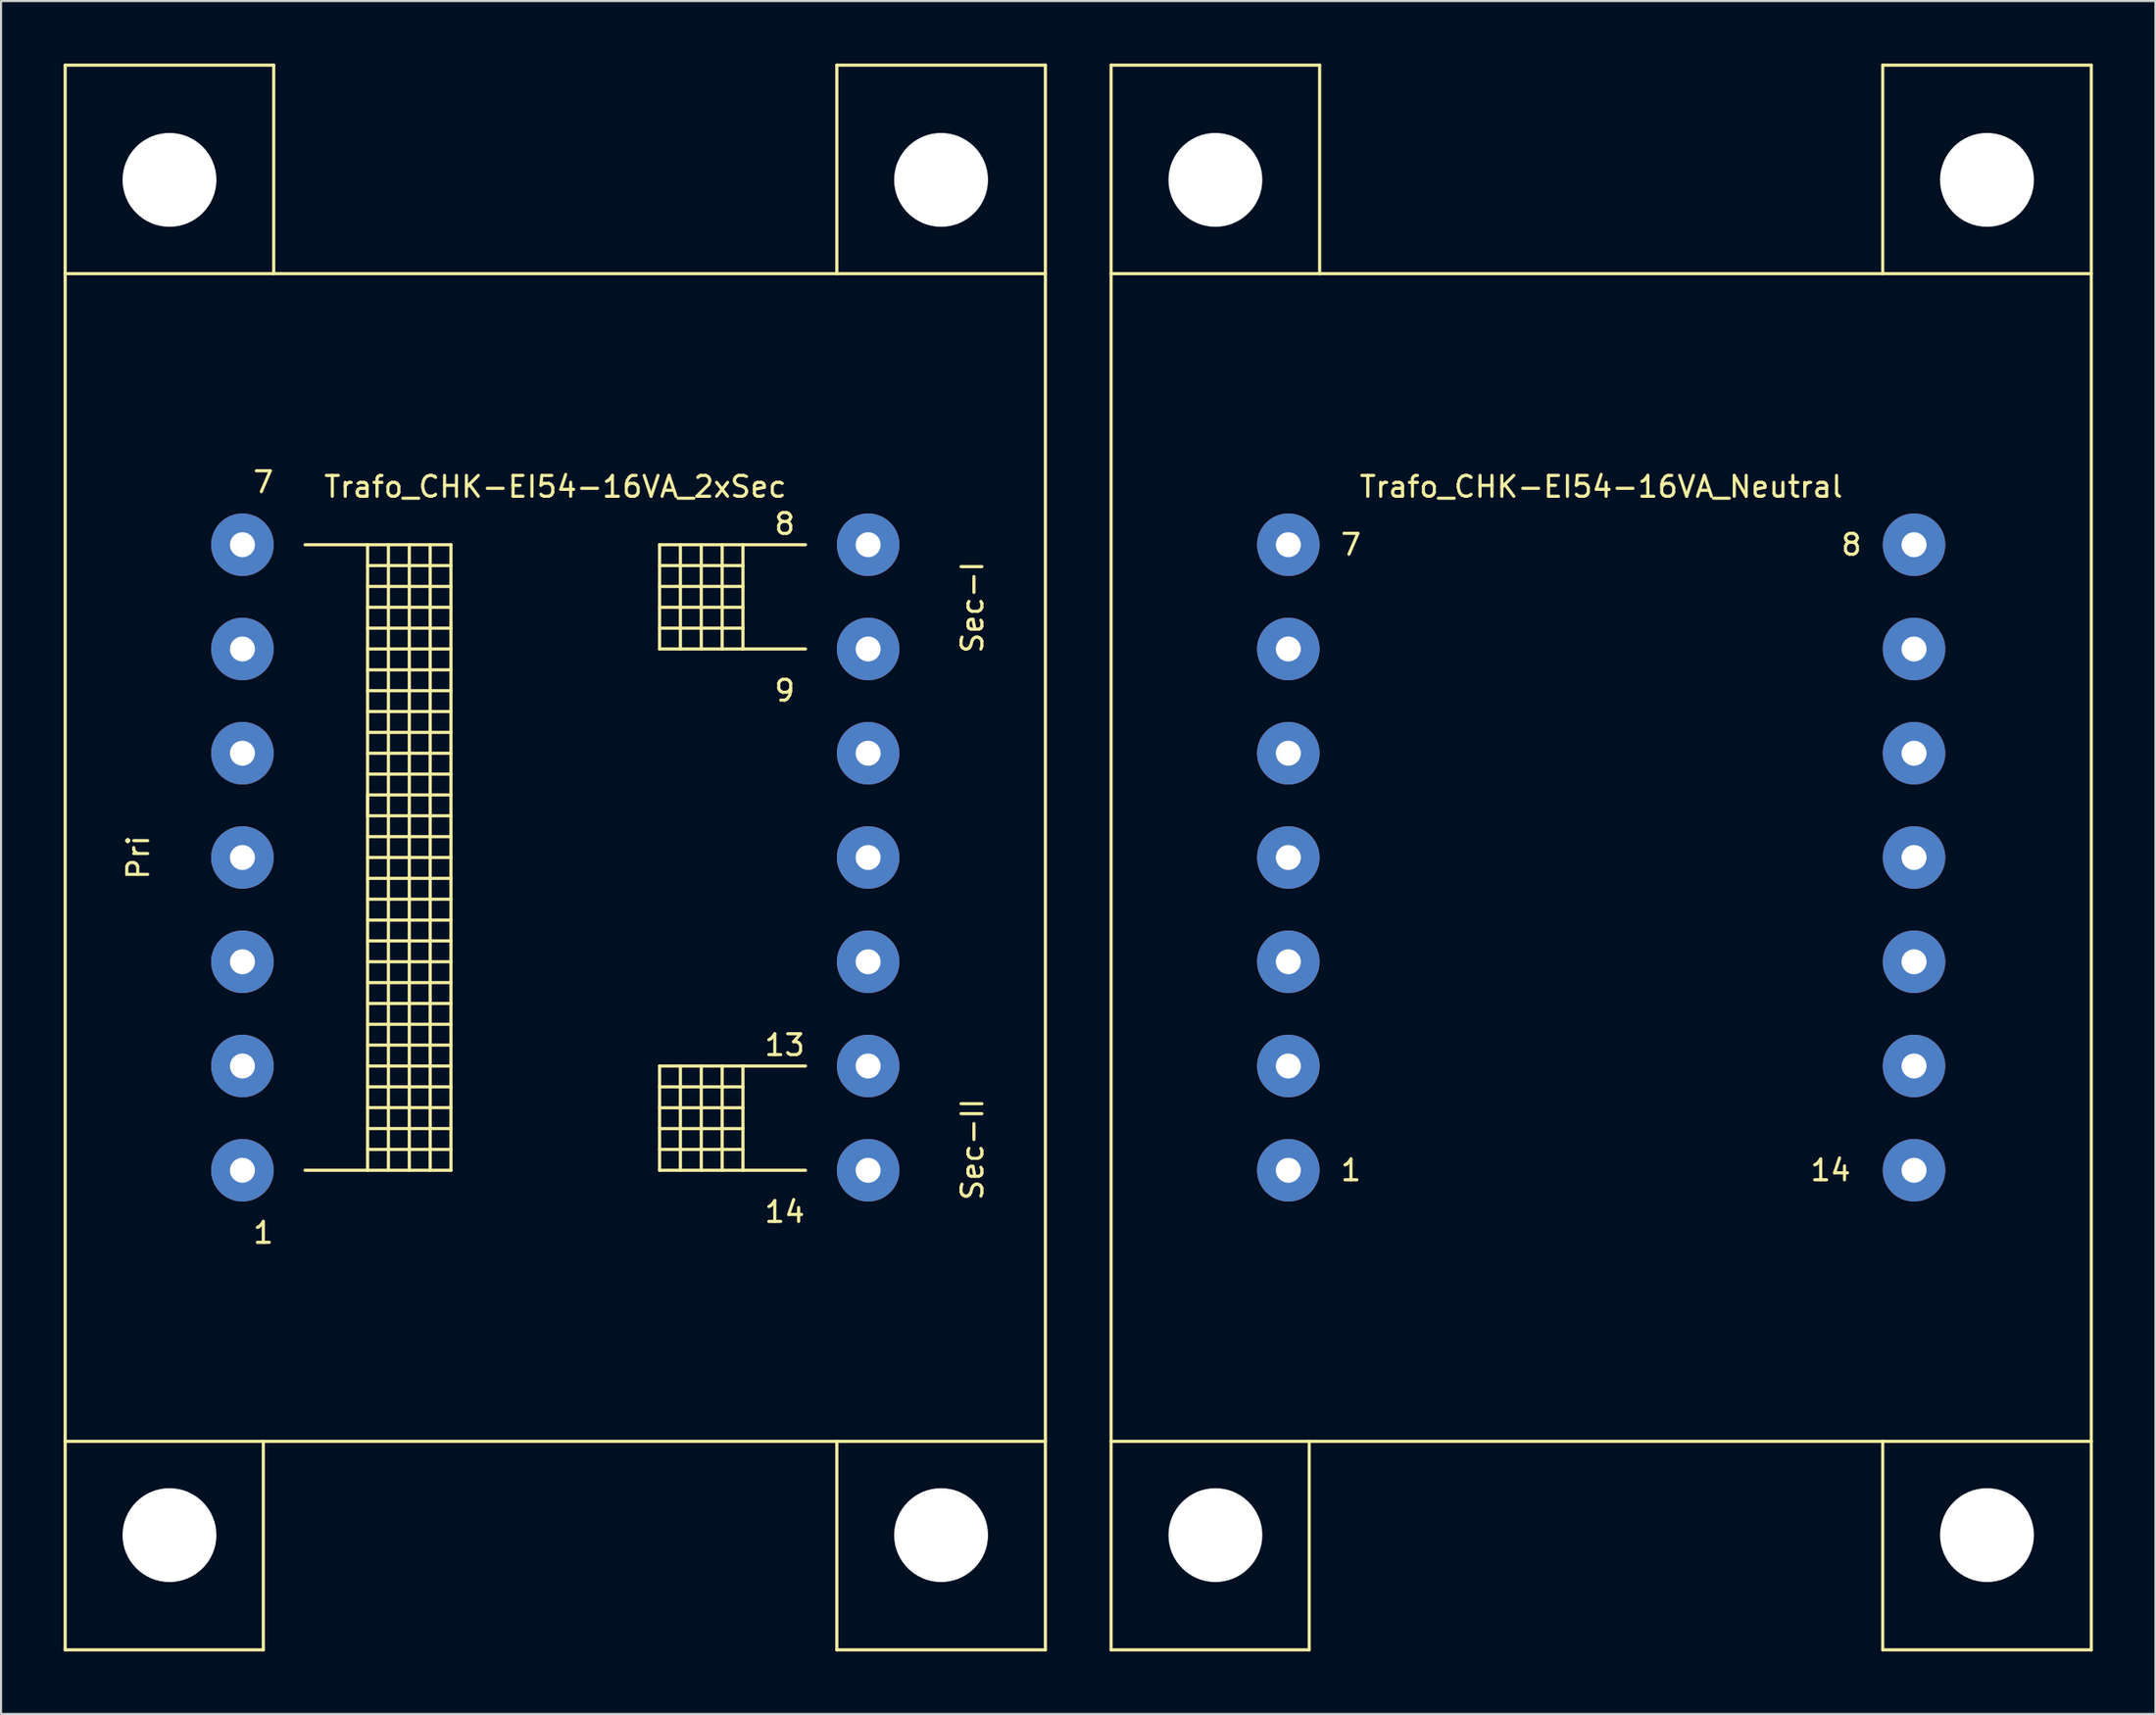
<source format=kicad_pcb>
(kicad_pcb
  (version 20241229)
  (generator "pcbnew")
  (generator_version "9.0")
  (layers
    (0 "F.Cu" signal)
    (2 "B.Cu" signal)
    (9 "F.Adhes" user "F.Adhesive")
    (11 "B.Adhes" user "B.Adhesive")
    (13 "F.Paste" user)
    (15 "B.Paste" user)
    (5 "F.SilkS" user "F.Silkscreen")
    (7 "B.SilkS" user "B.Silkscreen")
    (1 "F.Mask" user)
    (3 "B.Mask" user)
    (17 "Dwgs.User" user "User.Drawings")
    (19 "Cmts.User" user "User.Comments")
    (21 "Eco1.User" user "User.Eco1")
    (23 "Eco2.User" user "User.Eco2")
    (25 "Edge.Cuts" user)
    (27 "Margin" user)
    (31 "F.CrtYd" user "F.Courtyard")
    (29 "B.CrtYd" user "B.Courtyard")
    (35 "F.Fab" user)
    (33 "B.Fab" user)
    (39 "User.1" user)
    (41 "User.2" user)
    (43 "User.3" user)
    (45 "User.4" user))
  (footprint "Trafo_CHK-EI54-16VA_2xSec"
    (layer "F.Cu")
    (at 23.575 38.076)
    (property "Reference" "Trafo_CHK-EI54-16VA_2xSec" (at 0 -17.78 0) (layer "F.SilkS") (effects (font (size 1 1) (thickness 0.15))))
    (attr through_hole)
    (fp_line (start -23.5 -38.001) (end -13.5 -38.001) (stroke (width 0.15) (type solid)) (layer "F.SilkS"))
    (fp_line (start -23.5 -28.001) (end -23.5 -38.001) (stroke (width 0.15) (type solid)) (layer "F.SilkS"))
    (fp_line (start -23.5 -28.001) (end -23.5 28.001) (stroke (width 0.15) (type solid)) (layer "F.SilkS"))
    (fp_line (start -23.5 28.001) (end -23.5 38.001) (stroke (width 0.15) (type solid)) (layer "F.SilkS"))
    (fp_line (start -23.5 28.001) (end 23.5 28.001) (stroke (width 0.15) (type solid)) (layer "F.SilkS"))
    (fp_line (start -23.5 38.001) (end -14 38.001) (stroke (width 0.15) (type solid)) (layer "F.SilkS"))
    (fp_line (start -14 38.001) (end -14 28.001) (stroke (width 0.15) (type solid)) (layer "F.SilkS"))
    (fp_line (start -13.5 -38.001) (end -13.5 -28.001) (stroke (width 0.15) (type solid)) (layer "F.SilkS"))
    (fp_line (start -11.999 -15.001) (end -8.999 -15.001) (stroke (width 0.15) (type solid)) (layer "F.SilkS"))
    (fp_line (start -8.999 -15.001) (end -8.999 15.001) (stroke (width 0.15) (type solid)) (layer "F.SilkS"))
    (fp_line (start -8.999 -15.001) (end -5.001 -15.001) (stroke (width 0.15) (type solid)) (layer "F.SilkS"))
    (fp_line (start -8.999 -14) (end -5.001 -14) (stroke (width 0.15) (type solid)) (layer "F.SilkS"))
    (fp_line (start -8.999 -11.999) (end -5.001 -11.999) (stroke (width 0.15) (type solid)) (layer "F.SilkS"))
    (fp_line (start -8.999 -10) (end -5.001 -10) (stroke (width 0.15) (type solid)) (layer "F.SilkS"))
    (fp_line (start -8.999 -8.001) (end -5.001 -8.001) (stroke (width 0.15) (type solid)) (layer "F.SilkS"))
    (fp_line (start -8.999 -5.999) (end -5.001 -5.999) (stroke (width 0.15) (type solid)) (layer "F.SilkS"))
    (fp_line (start -8.999 -4) (end -5.001 -4) (stroke (width 0.15) (type solid)) (layer "F.SilkS"))
    (fp_line (start -8.999 -3) (end -8.999 -1.999) (stroke (width 0.15) (type solid)) (layer "F.SilkS"))
    (fp_line (start -8.999 -1.999) (end -5.001 -1.999) (stroke (width 0.15) (type solid)) (layer "F.SilkS"))
    (fp_line (start -8.999 0) (end -5.001 0) (stroke (width 0.15) (type solid)) (layer "F.SilkS"))
    (fp_line (start -8.999 1.999) (end -5.001 1.999) (stroke (width 0.15) (type solid)) (layer "F.SilkS"))
    (fp_line (start -8.999 4) (end -5.001 4) (stroke (width 0.15) (type solid)) (layer "F.SilkS"))
    (fp_line (start -8.999 5.999) (end -5.001 5.999) (stroke (width 0.15) (type solid)) (layer "F.SilkS"))
    (fp_line (start -8.999 8.001) (end -5.001 8.001) (stroke (width 0.15) (type solid)) (layer "F.SilkS"))
    (fp_line (start -8.999 10) (end -5.001 10) (stroke (width 0.15) (type solid)) (layer "F.SilkS"))
    (fp_line (start -8.999 11.999) (end -5.001 11.999) (stroke (width 0.15) (type solid)) (layer "F.SilkS"))
    (fp_line (start -8.999 14) (end -5.001 14) (stroke (width 0.15) (type solid)) (layer "F.SilkS"))
    (fp_line (start -8.999 15.001) (end -11.999 15.001) (stroke (width 0.15) (type solid)) (layer "F.SilkS"))
    (fp_line (start -8.001 15.001) (end -8.001 -15.001) (stroke (width 0.15) (type solid)) (layer "F.SilkS"))
    (fp_line (start -7 -15.001) (end -7 15.001) (stroke (width 0.15) (type solid)) (layer "F.SilkS"))
    (fp_line (start -5.999 15.001) (end -5.999 -15.001) (stroke (width 0.15) (type solid)) (layer "F.SilkS"))
    (fp_line (start -5.001 -15.001) (end -5.001 15.001) (stroke (width 0.15) (type solid)) (layer "F.SilkS"))
    (fp_line (start -5.001 -13) (end -8.999 -13) (stroke (width 0.15) (type solid)) (layer "F.SilkS"))
    (fp_line (start -5.001 -11.001) (end -8.999 -11.001) (stroke (width 0.15) (type solid)) (layer "F.SilkS"))
    (fp_line (start -5.001 -8.999) (end -8.999 -8.999) (stroke (width 0.15) (type solid)) (layer "F.SilkS"))
    (fp_line (start -5.001 -7) (end -8.999 -7) (stroke (width 0.15) (type solid)) (layer "F.SilkS"))
    (fp_line (start -5.001 -5.001) (end -8.999 -5.001) (stroke (width 0.15) (type solid)) (layer "F.SilkS"))
    (fp_line (start -5.001 -3) (end -8.999 -3) (stroke (width 0.15) (type solid)) (layer "F.SilkS"))
    (fp_line (start -5.001 -1.001) (end -8.999 -1.001) (stroke (width 0.15) (type solid)) (layer "F.SilkS"))
    (fp_line (start -5.001 1.001) (end -8.999 1.001) (stroke (width 0.15) (type solid)) (layer "F.SilkS"))
    (fp_line (start -5.001 3) (end -8.999 3) (stroke (width 0.15) (type solid)) (layer "F.SilkS"))
    (fp_line (start -5.001 5.001) (end -8.999 5.001) (stroke (width 0.15) (type solid)) (layer "F.SilkS"))
    (fp_line (start -5.001 7) (end -8.999 7) (stroke (width 0.15) (type solid)) (layer "F.SilkS"))
    (fp_line (start -5.001 8.999) (end -8.999 8.999) (stroke (width 0.15) (type solid)) (layer "F.SilkS"))
    (fp_line (start -5.001 11.001) (end -8.999 11.001) (stroke (width 0.15) (type solid)) (layer "F.SilkS"))
    (fp_line (start -5.001 13) (end -8.999 13) (stroke (width 0.15) (type solid)) (layer "F.SilkS"))
    (fp_line (start -5.001 15.001) (end -8.999 15.001) (stroke (width 0.15) (type solid)) (layer "F.SilkS"))
    (fp_line (start 5.001 -15.001) (end 5.001 -10) (stroke (width 0.15) (type solid)) (layer "F.SilkS"))
    (fp_line (start 5.001 -14) (end 8.999 -14) (stroke (width 0.15) (type solid)) (layer "F.SilkS"))
    (fp_line (start 5.001 -11.999) (end 8.999 -11.999) (stroke (width 0.15) (type solid)) (layer "F.SilkS"))
    (fp_line (start 5.001 -10) (end 8.999 -10) (stroke (width 0.15) (type solid)) (layer "F.SilkS"))
    (fp_line (start 5.001 10) (end 5.001 15.001) (stroke (width 0.15) (type solid)) (layer "F.SilkS"))
    (fp_line (start 5.001 11.001) (end 8.999 11.001) (stroke (width 0.15) (type solid)) (layer "F.SilkS"))
    (fp_line (start 5.001 13.002) (end 8.999 13.002) (stroke (width 0.15) (type solid)) (layer "F.SilkS"))
    (fp_line (start 5.001 15.001) (end 8.999 15.001) (stroke (width 0.15) (type solid)) (layer "F.SilkS"))
    (fp_line (start 5.999 -10) (end 5.999 -15.001) (stroke (width 0.15) (type solid)) (layer "F.SilkS"))
    (fp_line (start 5.999 15.001) (end 5.999 10) (stroke (width 0.15) (type solid)) (layer "F.SilkS"))
    (fp_line (start 7 -15.001) (end 7 -10) (stroke (width 0.15) (type solid)) (layer "F.SilkS"))
    (fp_line (start 7 10) (end 7 15.001) (stroke (width 0.15) (type solid)) (layer "F.SilkS"))
    (fp_line (start 8.001 -10) (end 8.001 -15.001) (stroke (width 0.15) (type solid)) (layer "F.SilkS"))
    (fp_line (start 8.001 15.001) (end 8.001 10) (stroke (width 0.15) (type solid)) (layer "F.SilkS"))
    (fp_line (start 8.999 -15.001) (end 5.001 -15.001) (stroke (width 0.15) (type solid)) (layer "F.SilkS"))
    (fp_line (start 8.999 -15.001) (end 8.999 -10) (stroke (width 0.15) (type solid)) (layer "F.SilkS"))
    (fp_line (start 8.999 -13) (end 5.001 -13) (stroke (width 0.15) (type solid)) (layer "F.SilkS"))
    (fp_line (start 8.999 -11.001) (end 5.001 -11.001) (stroke (width 0.15) (type solid)) (layer "F.SilkS"))
    (fp_line (start 8.999 -10) (end 11.999 -10) (stroke (width 0.15) (type solid)) (layer "F.SilkS"))
    (fp_line (start 8.999 10) (end 5.001 10) (stroke (width 0.15) (type solid)) (layer "F.SilkS"))
    (fp_line (start 8.999 10) (end 8.999 15.001) (stroke (width 0.15) (type solid)) (layer "F.SilkS"))
    (fp_line (start 8.999 12.002) (end 5.001 12.002) (stroke (width 0.15) (type solid)) (layer "F.SilkS"))
    (fp_line (start 8.999 14) (end 5.001 14) (stroke (width 0.15) (type solid)) (layer "F.SilkS"))
    (fp_line (start 8.999 15.001) (end 11.999 15.001) (stroke (width 0.15) (type solid)) (layer "F.SilkS"))
    (fp_line (start 11.999 -15.001) (end 8.999 -15.001) (stroke (width 0.15) (type solid)) (layer "F.SilkS"))
    (fp_line (start 11.999 10) (end 8.999 10) (stroke (width 0.15) (type solid)) (layer "F.SilkS"))
    (fp_line (start 13.5 -38.001) (end 13.5 -28.001) (stroke (width 0.15) (type solid)) (layer "F.SilkS"))
    (fp_line (start 13.5 38.001) (end 13.5 28.001) (stroke (width 0.15) (type solid)) (layer "F.SilkS"))
    (fp_line (start 23.5 -38.001) (end 13.5 -38.001) (stroke (width 0.15) (type solid)) (layer "F.SilkS"))
    (fp_line (start 23.5 -28.001) (end -23.5 -28.001) (stroke (width 0.15) (type solid)) (layer "F.SilkS"))
    (fp_line (start 23.5 -28.001) (end 23.5 -38.001) (stroke (width 0.15) (type solid)) (layer "F.SilkS"))
    (fp_line (start 23.5 28.001) (end 23.5 -28.001) (stroke (width 0.15) (type solid)) (layer "F.SilkS"))
    (fp_line (start 23.5 28.001) (end 23.5 38.001) (stroke (width 0.15) (type solid)) (layer "F.SilkS"))
    (fp_line (start 23.5 38.001) (end 13.5 38.001) (stroke (width 0.15) (type solid)) (layer "F.SilkS"))
    (fp_text user "Sec-I" (at 20 -11.999 90) (layer "F.SilkS") (effects (font (size 1 1) (thickness 0.15))))
    (fp_text user "13" (at 11.001 8.999 0) (layer "F.SilkS") (effects (font (size 1 1) (thickness 0.15))))
    (fp_text user "1" (at -14 18.001 0) (layer "F.SilkS") (effects (font (size 1 1) (thickness 0.15))))
    (fp_text user "14" (at 11.001 17 0) (layer "F.SilkS") (effects (font (size 1 1) (thickness 0.15))))
    (fp_text user "Sec-II" (at 20 14 90) (layer "F.SilkS") (effects (font (size 1 1) (thickness 0.15))))
    (fp_text user "7" (at -14 -18.001 0) (layer "F.SilkS") (effects (font (size 1 1) (thickness 0.15))))
    (fp_text user "8" (at 11.001 -15.999 0) (layer "F.SilkS") (effects (font (size 1 1) (thickness 0.15))))
    (fp_text user "9" (at 11.001 -8.001 0) (layer "F.SilkS") (effects (font (size 1 1) (thickness 0.15))))
    (fp_text user "Pri" (at -20 0 90) (layer "F.SilkS") (effects (font (size 1 1) (thickness 0.15))))
    (pad "" np_thru_hole circle (at -18.499 -32.499) (size 4.501 4.501) (drill 4.501) (layers "*.Cu" "*.Mask"))
    (pad "" np_thru_hole circle (at -18.499 32.499) (size 4.501 4.501) (drill 4.501) (layers "*.Cu" "*.Mask"))
    (pad "" np_thru_hole circle (at 18.499 -32.499) (size 4.501 4.501) (drill 4.501) (layers "*.Cu" "*.Mask"))
    (pad "" np_thru_hole circle (at 18.499 32.499) (size 4.501 4.501) (drill 4.501) (layers "*.Cu" "*.Mask"))
    (pad "1" thru_hole circle (at -15.001 15.001) (size 3 3) (drill 1.199) (layers "*.Cu" "*.Mask"))
    (pad "2" thru_hole circle (at -15.001 10) (size 3 3) (drill 1.199) (layers "*.Cu" "*.Mask"))
    (pad "3" thru_hole circle (at -15.001 5.001) (size 3 3) (drill 1.199) (layers "*.Cu" "*.Mask"))
    (pad "4" thru_hole circle (at -15.001 0) (size 3 3) (drill 1.199) (layers "*.Cu" "*.Mask"))
    (pad "5" thru_hole circle (at -15.001 -5.001) (size 3 3) (drill 1.199) (layers "*.Cu" "*.Mask"))
    (pad "6" thru_hole circle (at -15.001 -10) (size 3 3) (drill 1.199) (layers "*.Cu" "*.Mask"))
    (pad "7" thru_hole circle (at -15.001 -15.001) (size 3 3) (drill 1.199) (layers "*.Cu" "*.Mask"))
    (pad "8" thru_hole circle (at 15.001 -15.001) (size 3 3) (drill 1.199) (layers "*.Cu" "*.Mask"))
    (pad "9" thru_hole circle (at 15.001 -10) (size 3 3) (drill 1.199) (layers "*.Cu" "*.Mask"))
    (pad "10" thru_hole circle (at 15.001 -5.001) (size 3 3) (drill 1.199) (layers "*.Cu" "*.Mask"))
    (pad "11" thru_hole circle (at 15.001 0) (size 3 3) (drill 1.199) (layers "*.Cu" "*.Mask"))
    (pad "12" thru_hole circle (at 15.001 5.001) (size 3 3) (drill 1.199) (layers "*.Cu" "*.Mask"))
    (pad "13" thru_hole circle (at 15.001 10) (size 3 3) (drill 1.199) (layers "*.Cu" "*.Mask"))
    (pad "14" thru_hole circle (at 15.001 15.001) (size 3 3) (drill 1.199) (layers "*.Cu" "*.Mask")))
  (footprint "Trafo_CHK-EI54-16VA_Neutral"
    (layer "F.Cu")
    (at 73.725 38.076)
    (property "Reference" "Trafo_CHK-EI54-16VA_Neutral" (at 0 -17.78 0) (layer "F.SilkS") (effects (font (size 1 1) (thickness 0.15))))
    (attr through_hole)
    (fp_line (start -23.5 -38.001) (end -13.5 -38.001) (stroke (width 0.15) (type solid)) (layer "F.SilkS"))
    (fp_line (start -23.5 -28.001) (end -23.5 -38.001) (stroke (width 0.15) (type solid)) (layer "F.SilkS"))
    (fp_line (start -23.5 -28.001) (end -23.5 28.001) (stroke (width 0.15) (type solid)) (layer "F.SilkS"))
    (fp_line (start -23.5 28.001) (end -23.5 38.001) (stroke (width 0.15) (type solid)) (layer "F.SilkS"))
    (fp_line (start -23.5 28.001) (end 23.5 28.001) (stroke (width 0.15) (type solid)) (layer "F.SilkS"))
    (fp_line (start -23.5 38.001) (end -14 38.001) (stroke (width 0.15) (type solid)) (layer "F.SilkS"))
    (fp_line (start -14 38.001) (end -14 28.001) (stroke (width 0.15) (type solid)) (layer "F.SilkS"))
    (fp_line (start -13.5 -38.001) (end -13.5 -28.001) (stroke (width 0.15) (type solid)) (layer "F.SilkS"))
    (fp_line (start 13.5 -38.001) (end 13.5 -28.001) (stroke (width 0.15) (type solid)) (layer "F.SilkS"))
    (fp_line (start 13.5 38.001) (end 13.5 28.001) (stroke (width 0.15) (type solid)) (layer "F.SilkS"))
    (fp_line (start 23.5 -38.001) (end 13.5 -38.001) (stroke (width 0.15) (type solid)) (layer "F.SilkS"))
    (fp_line (start 23.5 -28.001) (end -23.5 -28.001) (stroke (width 0.15) (type solid)) (layer "F.SilkS"))
    (fp_line (start 23.5 -28.001) (end 23.5 -38.001) (stroke (width 0.15) (type solid)) (layer "F.SilkS"))
    (fp_line (start 23.5 28.001) (end 23.5 -28.001) (stroke (width 0.15) (type solid)) (layer "F.SilkS"))
    (fp_line (start 23.5 28.001) (end 23.5 38.001) (stroke (width 0.15) (type solid)) (layer "F.SilkS"))
    (fp_line (start 23.5 38.001) (end 13.5 38.001) (stroke (width 0.15) (type solid)) (layer "F.SilkS"))
    (fp_text user "1" (at -11.999 15.001 0) (layer "F.SilkS") (effects (font (size 1 1) (thickness 0.15))))
    (fp_text user "8" (at 11.999 -15.001 0) (layer "F.SilkS") (effects (font (size 1 1) (thickness 0.15))))
    (fp_text user "7" (at -11.999 -15.001 0) (layer "F.SilkS") (effects (font (size 1 1) (thickness 0.15))))
    (fp_text user "14" (at 11.001 15.001 0) (layer "F.SilkS") (effects (font (size 1 1) (thickness 0.15))))
    (pad "" np_thru_hole circle (at -18.499 -32.499) (size 4.501 4.501) (drill 4.501) (layers "*.Cu" "*.Mask"))
    (pad "" np_thru_hole circle (at -18.499 32.499) (size 4.501 4.501) (drill 4.501) (layers "*.Cu" "*.Mask"))
    (pad "" np_thru_hole circle (at 18.499 -32.499) (size 4.501 4.501) (drill 4.501) (layers "*.Cu" "*.Mask"))
    (pad "" np_thru_hole circle (at 18.499 32.499) (size 4.501 4.501) (drill 4.501) (layers "*.Cu" "*.Mask"))
    (pad "1" thru_hole circle (at -15.001 15.001) (size 3 3) (drill 1.199) (layers "*.Cu" "*.Mask"))
    (pad "2" thru_hole circle (at -15.001 10) (size 3 3) (drill 1.199) (layers "*.Cu" "*.Mask"))
    (pad "3" thru_hole circle (at -15.001 5.001) (size 3 3) (drill 1.199) (layers "*.Cu" "*.Mask"))
    (pad "4" thru_hole circle (at -15.001 0) (size 3 3) (drill 1.199) (layers "*.Cu" "*.Mask"))
    (pad "5" thru_hole circle (at -15.001 -5.001) (size 3 3) (drill 1.199) (layers "*.Cu" "*.Mask"))
    (pad "6" thru_hole circle (at -15.001 -10) (size 3 3) (drill 1.199) (layers "*.Cu" "*.Mask"))
    (pad "7" thru_hole circle (at -15.001 -15.001) (size 3 3) (drill 1.199) (layers "*.Cu" "*.Mask"))
    (pad "8" thru_hole circle (at 15.001 -15.001) (size 3 3) (drill 1.199) (layers "*.Cu" "*.Mask"))
    (pad "9" thru_hole circle (at 15.001 -10) (size 3 3) (drill 1.199) (layers "*.Cu" "*.Mask"))
    (pad "10" thru_hole circle (at 15.001 -5.001) (size 3 3) (drill 1.199) (layers "*.Cu" "*.Mask"))
    (pad "11" thru_hole circle (at 15.001 0) (size 3 3) (drill 1.199) (layers "*.Cu" "*.Mask"))
    (pad "12" thru_hole circle (at 15.001 5.001) (size 3 3) (drill 1.199) (layers "*.Cu" "*.Mask"))
    (pad "13" thru_hole circle (at 15.001 10) (size 3 3) (drill 1.199) (layers "*.Cu" "*.Mask"))
    (pad "14" thru_hole circle (at 15.001 15.001) (size 3 3) (drill 1.199) (layers "*.Cu" "*.Mask")))
  (gr_rect
    (start -3 -3)
    (end 100.3 79.152)
    (stroke (width 0.1) (type default))
    (fill no)
    (layer "Edge.Cuts")))
</source>
